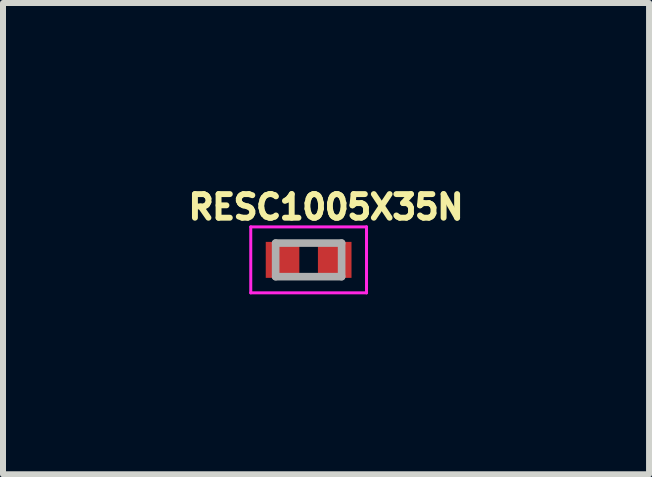
<source format=kicad_pcb>
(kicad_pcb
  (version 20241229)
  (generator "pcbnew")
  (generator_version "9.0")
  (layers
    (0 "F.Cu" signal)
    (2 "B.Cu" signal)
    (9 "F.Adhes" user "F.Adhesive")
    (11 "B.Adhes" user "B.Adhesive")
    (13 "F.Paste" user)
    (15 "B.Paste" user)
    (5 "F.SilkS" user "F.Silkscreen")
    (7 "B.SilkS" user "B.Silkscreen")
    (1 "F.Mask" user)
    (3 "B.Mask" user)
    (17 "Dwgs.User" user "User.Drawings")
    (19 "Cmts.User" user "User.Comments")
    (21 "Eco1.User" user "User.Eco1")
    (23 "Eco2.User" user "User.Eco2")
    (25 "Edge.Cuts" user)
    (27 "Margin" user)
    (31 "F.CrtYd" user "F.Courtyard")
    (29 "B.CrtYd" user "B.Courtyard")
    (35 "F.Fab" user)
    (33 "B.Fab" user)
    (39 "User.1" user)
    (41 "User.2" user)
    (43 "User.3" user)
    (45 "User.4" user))
  (footprint "RESC1005X35N"
    (layer "F.Cu")
    (at 2.096 1.283)
    (property "Reference" "RESC1005X35N" (at 0.29 -0.88 0) (layer "F.SilkS") (effects (font (size 0.394 0.394) (thickness 0.15))))
    (attr smd)
    (fp_line (start -0.965 -0.55) (end 0.965 -0.55) (stroke (width 0.05) (type solid)) (layer "F.CrtYd"))
    (fp_line (start -0.965 0.55) (end -0.965 -0.55) (stroke (width 0.05) (type solid)) (layer "F.CrtYd"))
    (fp_line (start -0.965 0.55) (end 0.965 0.55) (stroke (width 0.05) (type solid)) (layer "F.CrtYd"))
    (fp_line (start 0.965 0.55) (end 0.965 -0.55) (stroke (width 0.05) (type solid)) (layer "F.CrtYd"))
    (fp_line (start -0.55 0.28) (end -0.55 -0.28) (stroke (width 0.127) (type solid)) (layer "F.Fab"))
    (fp_line (start 0.55 -0.28) (end -0.55 -0.28) (stroke (width 0.127) (type solid)) (layer "F.Fab"))
    (fp_line (start 0.55 0.28) (end -0.55 0.28) (stroke (width 0.127) (type solid)) (layer "F.Fab"))
    (fp_line (start 0.55 0.28) (end 0.55 -0.28) (stroke (width 0.127) (type solid)) (layer "F.Fab"))
    (pad "1" smd rect (at -0.435 0) (size 0.56 0.6) (layers "F.Cu" "F.Mask" "F.Paste"))
    (pad "2" smd rect (at 0.435 0) (size 0.56 0.6) (layers "F.Cu" "F.Mask" "F.Paste")))
  (gr_rect
    (start -3 -3)
    (end 7.772 4.858)
    (stroke (width 0.1) (type default))
    (fill no)
    (layer "Edge.Cuts")))
</source>
